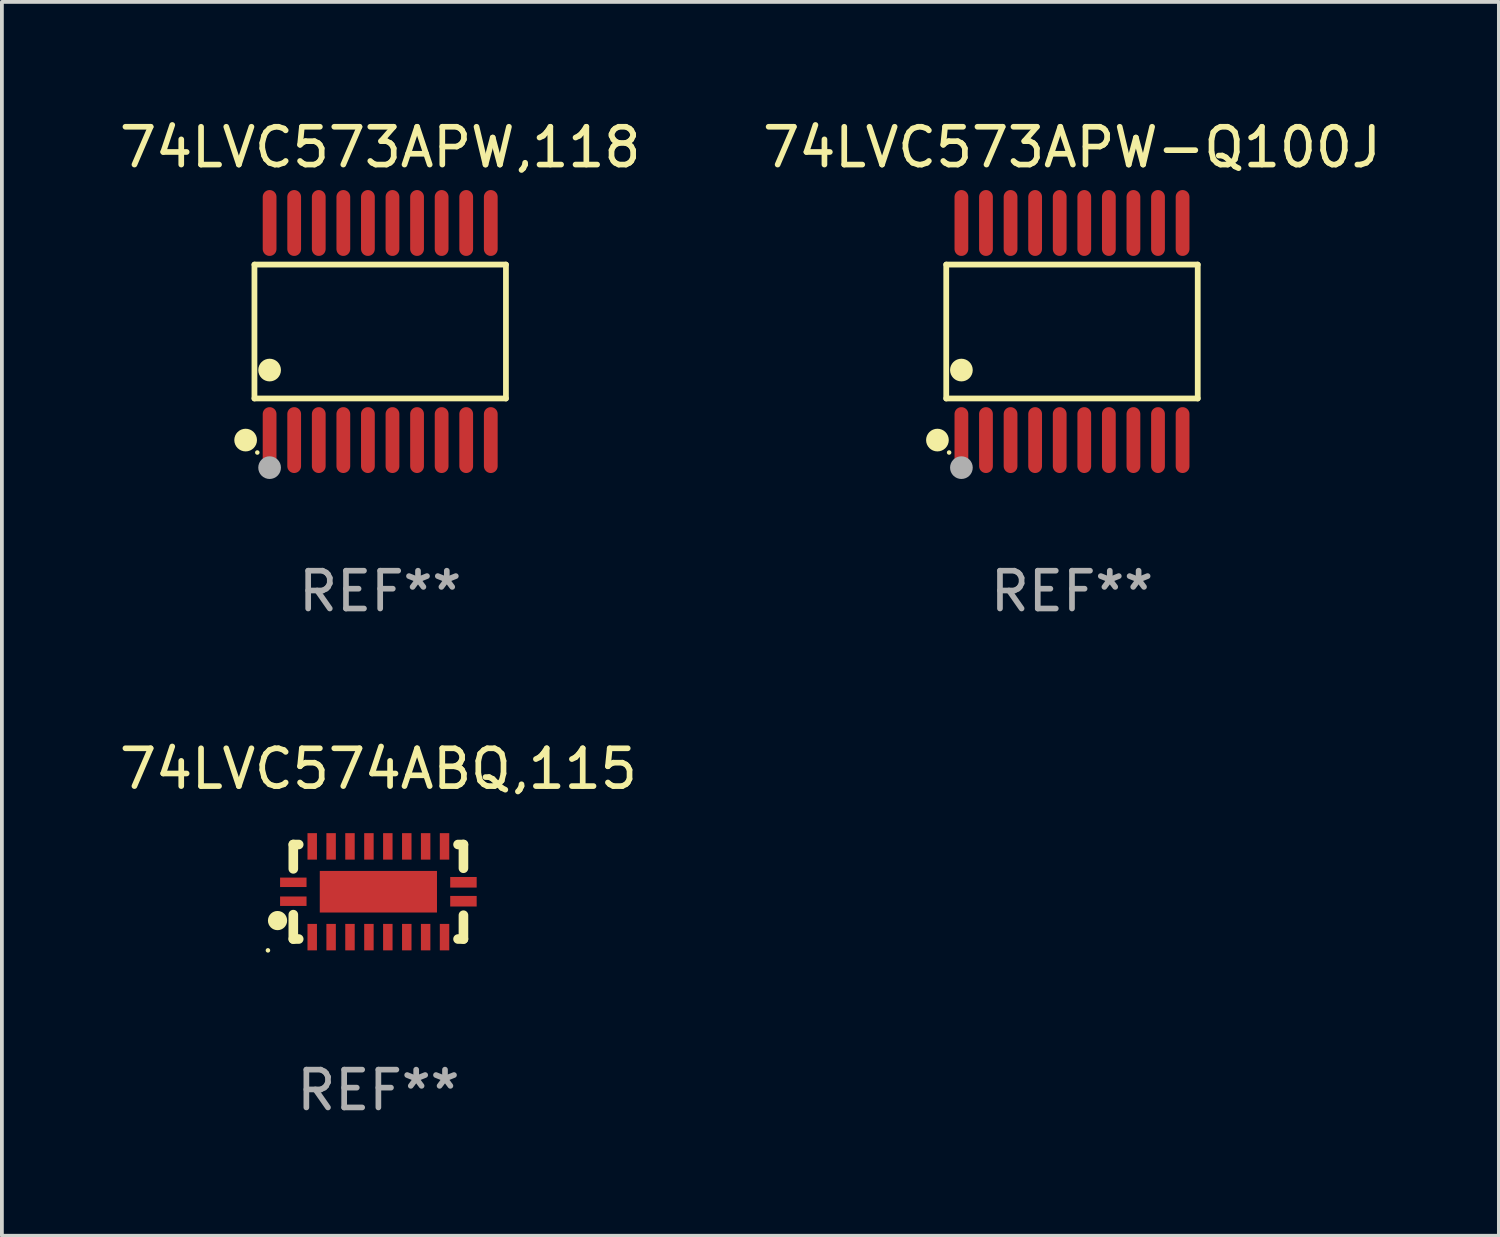
<source format=kicad_pcb>
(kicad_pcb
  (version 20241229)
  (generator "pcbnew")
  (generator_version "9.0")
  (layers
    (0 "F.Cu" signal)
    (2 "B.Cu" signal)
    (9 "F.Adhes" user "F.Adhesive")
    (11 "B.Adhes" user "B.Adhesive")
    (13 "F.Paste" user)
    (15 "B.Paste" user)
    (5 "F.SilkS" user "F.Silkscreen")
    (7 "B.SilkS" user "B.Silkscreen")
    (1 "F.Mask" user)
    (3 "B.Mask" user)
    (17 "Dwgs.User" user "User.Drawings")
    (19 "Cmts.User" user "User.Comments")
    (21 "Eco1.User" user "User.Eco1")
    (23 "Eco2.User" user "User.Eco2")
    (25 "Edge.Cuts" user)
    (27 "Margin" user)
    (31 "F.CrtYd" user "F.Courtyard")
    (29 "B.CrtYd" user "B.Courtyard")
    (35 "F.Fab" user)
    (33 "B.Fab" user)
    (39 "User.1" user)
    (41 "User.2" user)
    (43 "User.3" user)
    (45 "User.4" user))
  (footprint "74LVC573APW,118"
    (layer "F.Cu")
    (at 7.006 5.719)
    (property "Reference" "74LVC573APW,118" (at 0 -4.871 0) (layer "F.SilkS") (effects (font (size 1 1) (thickness 0.15))))
    (attr through_hole)
    (fp_line (start -3.326 -1.771) (end 3.326 -1.771) (stroke (width 0.152) (type solid)) (layer "F.SilkS"))
    (fp_line (start -3.326 1.771) (end -3.326 -1.771) (stroke (width 0.152) (type solid)) (layer "F.SilkS"))
    (fp_line (start 3.326 -1.771) (end 3.326 1.771) (stroke (width 0.152) (type solid)) (layer "F.SilkS"))
    (fp_line (start 3.326 1.771) (end -3.326 1.771) (stroke (width 0.152) (type solid)) (layer "F.SilkS"))
    (fp_circle (center -3.559 2.871) (end -3.409 2.871) (stroke (width 0.3) (type solid)) (fill no) (layer "F.SilkS"))
    (fp_circle (center -3.25 3.2) (end -3.22 3.2) (stroke (width 0.06) (type solid)) (fill no) (layer "F.SilkS"))
    (fp_circle (center -2.925 1.019) (end -2.775 1.019) (stroke (width 0.3) (type solid)) (fill no) (layer "F.SilkS"))
    (fp_circle (center -2.925 3.6) (end -2.775 3.6) (stroke (width 0.3) (type solid)) (fill no) (layer "F.Fab"))
    (fp_text user "REF**" (at 0 6.871 0) (layer "F.Fab") (effects (font (size 1 1) (thickness 0.15))))
    (pad "1" smd oval (at -2.925 2.871) (size 0.364 1.742) (layers "F.Cu" "F.Mask" "F.Paste"))
    (pad "2" smd oval (at -2.275 2.871) (size 0.364 1.742) (layers "F.Cu" "F.Mask" "F.Paste"))
    (pad "3" smd oval (at -1.625 2.871) (size 0.364 1.742) (layers "F.Cu" "F.Mask" "F.Paste"))
    (pad "4" smd oval (at -0.975 2.871) (size 0.364 1.742) (layers "F.Cu" "F.Mask" "F.Paste"))
    (pad "5" smd oval (at -0.325 2.871) (size 0.364 1.742) (layers "F.Cu" "F.Mask" "F.Paste"))
    (pad "6" smd oval (at 0.325 2.871) (size 0.364 1.742) (layers "F.Cu" "F.Mask" "F.Paste"))
    (pad "7" smd oval (at 0.975 2.871) (size 0.364 1.742) (layers "F.Cu" "F.Mask" "F.Paste"))
    (pad "8" smd oval (at 1.625 2.871) (size 0.364 1.742) (layers "F.Cu" "F.Mask" "F.Paste"))
    (pad "9" smd oval (at 2.275 2.871) (size 0.364 1.742) (layers "F.Cu" "F.Mask" "F.Paste"))
    (pad "10" smd oval (at 2.925 2.871) (size 0.364 1.742) (layers "F.Cu" "F.Mask" "F.Paste"))
    (pad "11" smd oval (at 2.925 -2.871) (size 0.364 1.742) (layers "F.Cu" "F.Mask" "F.Paste"))
    (pad "12" smd oval (at 2.275 -2.871) (size 0.364 1.742) (layers "F.Cu" "F.Mask" "F.Paste"))
    (pad "13" smd oval (at 1.625 -2.871) (size 0.364 1.742) (layers "F.Cu" "F.Mask" "F.Paste"))
    (pad "14" smd oval (at 0.975 -2.871) (size 0.364 1.742) (layers "F.Cu" "F.Mask" "F.Paste"))
    (pad "15" smd oval (at 0.325 -2.871) (size 0.364 1.742) (layers "F.Cu" "F.Mask" "F.Paste"))
    (pad "16" smd oval (at -0.325 -2.871) (size 0.364 1.742) (layers "F.Cu" "F.Mask" "F.Paste"))
    (pad "17" smd oval (at -0.975 -2.871) (size 0.364 1.742) (layers "F.Cu" "F.Mask" "F.Paste"))
    (pad "18" smd oval (at -1.625 -2.871) (size 0.364 1.742) (layers "F.Cu" "F.Mask" "F.Paste"))
    (pad "19" smd oval (at -2.275 -2.871) (size 0.364 1.742) (layers "F.Cu" "F.Mask" "F.Paste"))
    (pad "20" smd oval (at -2.925 -2.871) (size 0.364 1.742) (layers "F.Cu" "F.Mask" "F.Paste")))
  (footprint "74LVC574ABQ,115"
    (layer "F.Cu")
    (at 6.958 20.537)
    (property "Reference" "74LVC574ABQ,115" (at 0 -3.25 0) (layer "F.SilkS") (effects (font (size 1 1) (thickness 0.15))))
    (attr through_hole)
    (fp_line (start -2.25 0.605) (end -2.25 1.25) (stroke (width 0.254) (type solid)) (layer "F.SilkS"))
    (fp_line (start -2.25 1.25) (end -2.107 1.25) (stroke (width 0.254) (type solid)) (layer "F.SilkS"))
    (fp_line (start -2.25 -1.25) (end -2.25 -0.606) (stroke (width 0.254) (type solid)) (layer "F.SilkS"))
    (fp_line (start -2.25 -1.25) (end -2.107 -1.25) (stroke (width 0.254) (type solid)) (layer "F.SilkS"))
    (fp_line (start 2.107 -1.25) (end 2.25 -1.25) (stroke (width 0.254) (type solid)) (layer "F.SilkS"))
    (fp_line (start 2.107 1.25) (end 2.25 1.25) (stroke (width 0.254) (type solid)) (layer "F.SilkS"))
    (fp_line (start 2.25 -1.25) (end 2.25 -0.622) (stroke (width 0.254) (type solid)) (layer "F.SilkS"))
    (fp_line (start 2.25 0.62) (end 2.25 1.25) (stroke (width 0.254) (type solid)) (layer "F.SilkS"))
    (fp_circle (center -2.921 1.55) (end -2.891 1.55) (stroke (width 0.06) (type solid)) (fill no) (layer "F.SilkS"))
    (fp_circle (center -2.667 0.762) (end -2.54 0.762) (stroke (width 0.254) (type solid)) (fill no) (layer "F.SilkS"))
    (fp_text user "REF**" (at 0 5.25 0) (layer "F.Fab") (effects (font (size 1 1) (thickness 0.15))))
    (pad "1" smd rect (at -2.25 0.25 180) (size 0.7 0.25) (layers "F.Cu" "F.Mask" "F.Paste"))
    (pad "2" smd rect (at -1.75 1.2 90) (size 0.7 0.25) (layers "F.Cu" "F.Mask" "F.Paste"))
    (pad "3" smd rect (at -1.25 1.2 90) (size 0.7 0.25) (layers "F.Cu" "F.Mask" "F.Paste"))
    (pad "4" smd rect (at -0.751 1.2 90) (size 0.7 0.25) (layers "F.Cu" "F.Mask" "F.Paste"))
    (pad "5" smd rect (at -0.25 1.2 90) (size 0.7 0.25) (layers "F.Cu" "F.Mask" "F.Paste"))
    (pad "6" smd rect (at 0.25 1.2 90) (size 0.7 0.25) (layers "F.Cu" "F.Mask" "F.Paste"))
    (pad "7" smd rect (at 0.751 1.2 90) (size 0.7 0.25) (layers "F.Cu" "F.Mask" "F.Paste"))
    (pad "8" smd rect (at 1.25 1.2 90) (size 0.7 0.25) (layers "F.Cu" "F.Mask" "F.Paste"))
    (pad "9" smd rect (at 1.75 1.2 90) (size 0.7 0.25) (layers "F.Cu" "F.Mask" "F.Paste"))
    (pad "10" smd rect (at 2.25 0.25 180) (size 0.7 0.28) (layers "F.Cu" "F.Mask" "F.Paste"))
    (pad "11" smd rect (at 2.25 -0.251 180) (size 0.7 0.28) (layers "F.Cu" "F.Mask" "F.Paste"))
    (pad "12" smd rect (at 1.75 -1.2 90) (size 0.7 0.25) (layers "F.Cu" "F.Mask" "F.Paste"))
    (pad "13" smd rect (at 1.25 -1.2 90) (size 0.7 0.25) (layers "F.Cu" "F.Mask" "F.Paste"))
    (pad "14" smd rect (at 0.751 -1.2 90) (size 0.7 0.25) (layers "F.Cu" "F.Mask" "F.Paste"))
    (pad "15" smd rect (at 0.25 -1.2 90) (size 0.7 0.25) (layers "F.Cu" "F.Mask" "F.Paste"))
    (pad "16" smd rect (at -0.25 -1.2 90) (size 0.7 0.25) (layers "F.Cu" "F.Mask" "F.Paste"))
    (pad "17" smd rect (at -0.751 -1.2 90) (size 0.7 0.25) (layers "F.Cu" "F.Mask" "F.Paste"))
    (pad "18" smd rect (at -1.25 -1.2 90) (size 0.7 0.25) (layers "F.Cu" "F.Mask" "F.Paste"))
    (pad "19" smd rect (at -1.75 -1.2 90) (size 0.7 0.25) (layers "F.Cu" "F.Mask" "F.Paste"))
    (pad "20" smd rect (at -2.25 -0.25 180) (size 0.7 0.25) (layers "F.Cu" "F.Mask" "F.Paste"))
    (pad "21" smd rect (at 0 -0.001 180) (size 3.1 1.1) (layers "F.Cu" "F.Mask" "F.Paste")))
  (footprint "74LVC573APW-Q100J"
    (layer "F.Cu")
    (at 25.304 5.719)
    (property "Reference" "74LVC573APW-Q100J" (at 0 -4.871 0) (layer "F.SilkS") (effects (font (size 1 1) (thickness 0.15))))
    (attr through_hole)
    (fp_line (start -3.326 -1.771) (end 3.326 -1.771) (stroke (width 0.152) (type solid)) (layer "F.SilkS"))
    (fp_line (start -3.326 1.771) (end -3.326 -1.771) (stroke (width 0.152) (type solid)) (layer "F.SilkS"))
    (fp_line (start 3.326 -1.771) (end 3.326 1.771) (stroke (width 0.152) (type solid)) (layer "F.SilkS"))
    (fp_line (start 3.326 1.771) (end -3.326 1.771) (stroke (width 0.152) (type solid)) (layer "F.SilkS"))
    (fp_circle (center -3.559 2.871) (end -3.409 2.871) (stroke (width 0.3) (type solid)) (fill no) (layer "F.SilkS"))
    (fp_circle (center -3.25 3.2) (end -3.22 3.2) (stroke (width 0.06) (type solid)) (fill no) (layer "F.SilkS"))
    (fp_circle (center -2.925 1.019) (end -2.775 1.019) (stroke (width 0.3) (type solid)) (fill no) (layer "F.SilkS"))
    (fp_circle (center -2.925 3.6) (end -2.775 3.6) (stroke (width 0.3) (type solid)) (fill no) (layer "F.Fab"))
    (fp_text user "REF**" (at 0 6.871 0) (layer "F.Fab") (effects (font (size 1 1) (thickness 0.15))))
    (pad "1" smd oval (at -2.925 2.871) (size 0.364 1.742) (layers "F.Cu" "F.Mask" "F.Paste"))
    (pad "2" smd oval (at -2.275 2.871) (size 0.364 1.742) (layers "F.Cu" "F.Mask" "F.Paste"))
    (pad "3" smd oval (at -1.625 2.871) (size 0.364 1.742) (layers "F.Cu" "F.Mask" "F.Paste"))
    (pad "4" smd oval (at -0.975 2.871) (size 0.364 1.742) (layers "F.Cu" "F.Mask" "F.Paste"))
    (pad "5" smd oval (at -0.325 2.871) (size 0.364 1.742) (layers "F.Cu" "F.Mask" "F.Paste"))
    (pad "6" smd oval (at 0.325 2.871) (size 0.364 1.742) (layers "F.Cu" "F.Mask" "F.Paste"))
    (pad "7" smd oval (at 0.975 2.871) (size 0.364 1.742) (layers "F.Cu" "F.Mask" "F.Paste"))
    (pad "8" smd oval (at 1.625 2.871) (size 0.364 1.742) (layers "F.Cu" "F.Mask" "F.Paste"))
    (pad "9" smd oval (at 2.275 2.871) (size 0.364 1.742) (layers "F.Cu" "F.Mask" "F.Paste"))
    (pad "10" smd oval (at 2.925 2.871) (size 0.364 1.742) (layers "F.Cu" "F.Mask" "F.Paste"))
    (pad "11" smd oval (at 2.925 -2.871) (size 0.364 1.742) (layers "F.Cu" "F.Mask" "F.Paste"))
    (pad "12" smd oval (at 2.275 -2.871) (size 0.364 1.742) (layers "F.Cu" "F.Mask" "F.Paste"))
    (pad "13" smd oval (at 1.625 -2.871) (size 0.364 1.742) (layers "F.Cu" "F.Mask" "F.Paste"))
    (pad "14" smd oval (at 0.975 -2.871) (size 0.364 1.742) (layers "F.Cu" "F.Mask" "F.Paste"))
    (pad "15" smd oval (at 0.325 -2.871) (size 0.364 1.742) (layers "F.Cu" "F.Mask" "F.Paste"))
    (pad "16" smd oval (at -0.325 -2.871) (size 0.364 1.742) (layers "F.Cu" "F.Mask" "F.Paste"))
    (pad "17" smd oval (at -0.975 -2.871) (size 0.364 1.742) (layers "F.Cu" "F.Mask" "F.Paste"))
    (pad "18" smd oval (at -1.625 -2.871) (size 0.364 1.742) (layers "F.Cu" "F.Mask" "F.Paste"))
    (pad "19" smd oval (at -2.275 -2.871) (size 0.364 1.742) (layers "F.Cu" "F.Mask" "F.Paste"))
    (pad "20" smd oval (at -2.925 -2.871) (size 0.364 1.742) (layers "F.Cu" "F.Mask" "F.Paste")))
  (gr_rect
    (start -3 -3)
    (end 36.595 29.635)
    (stroke (width 0.1) (type default))
    (fill no)
    (layer "Edge.Cuts")))
</source>
